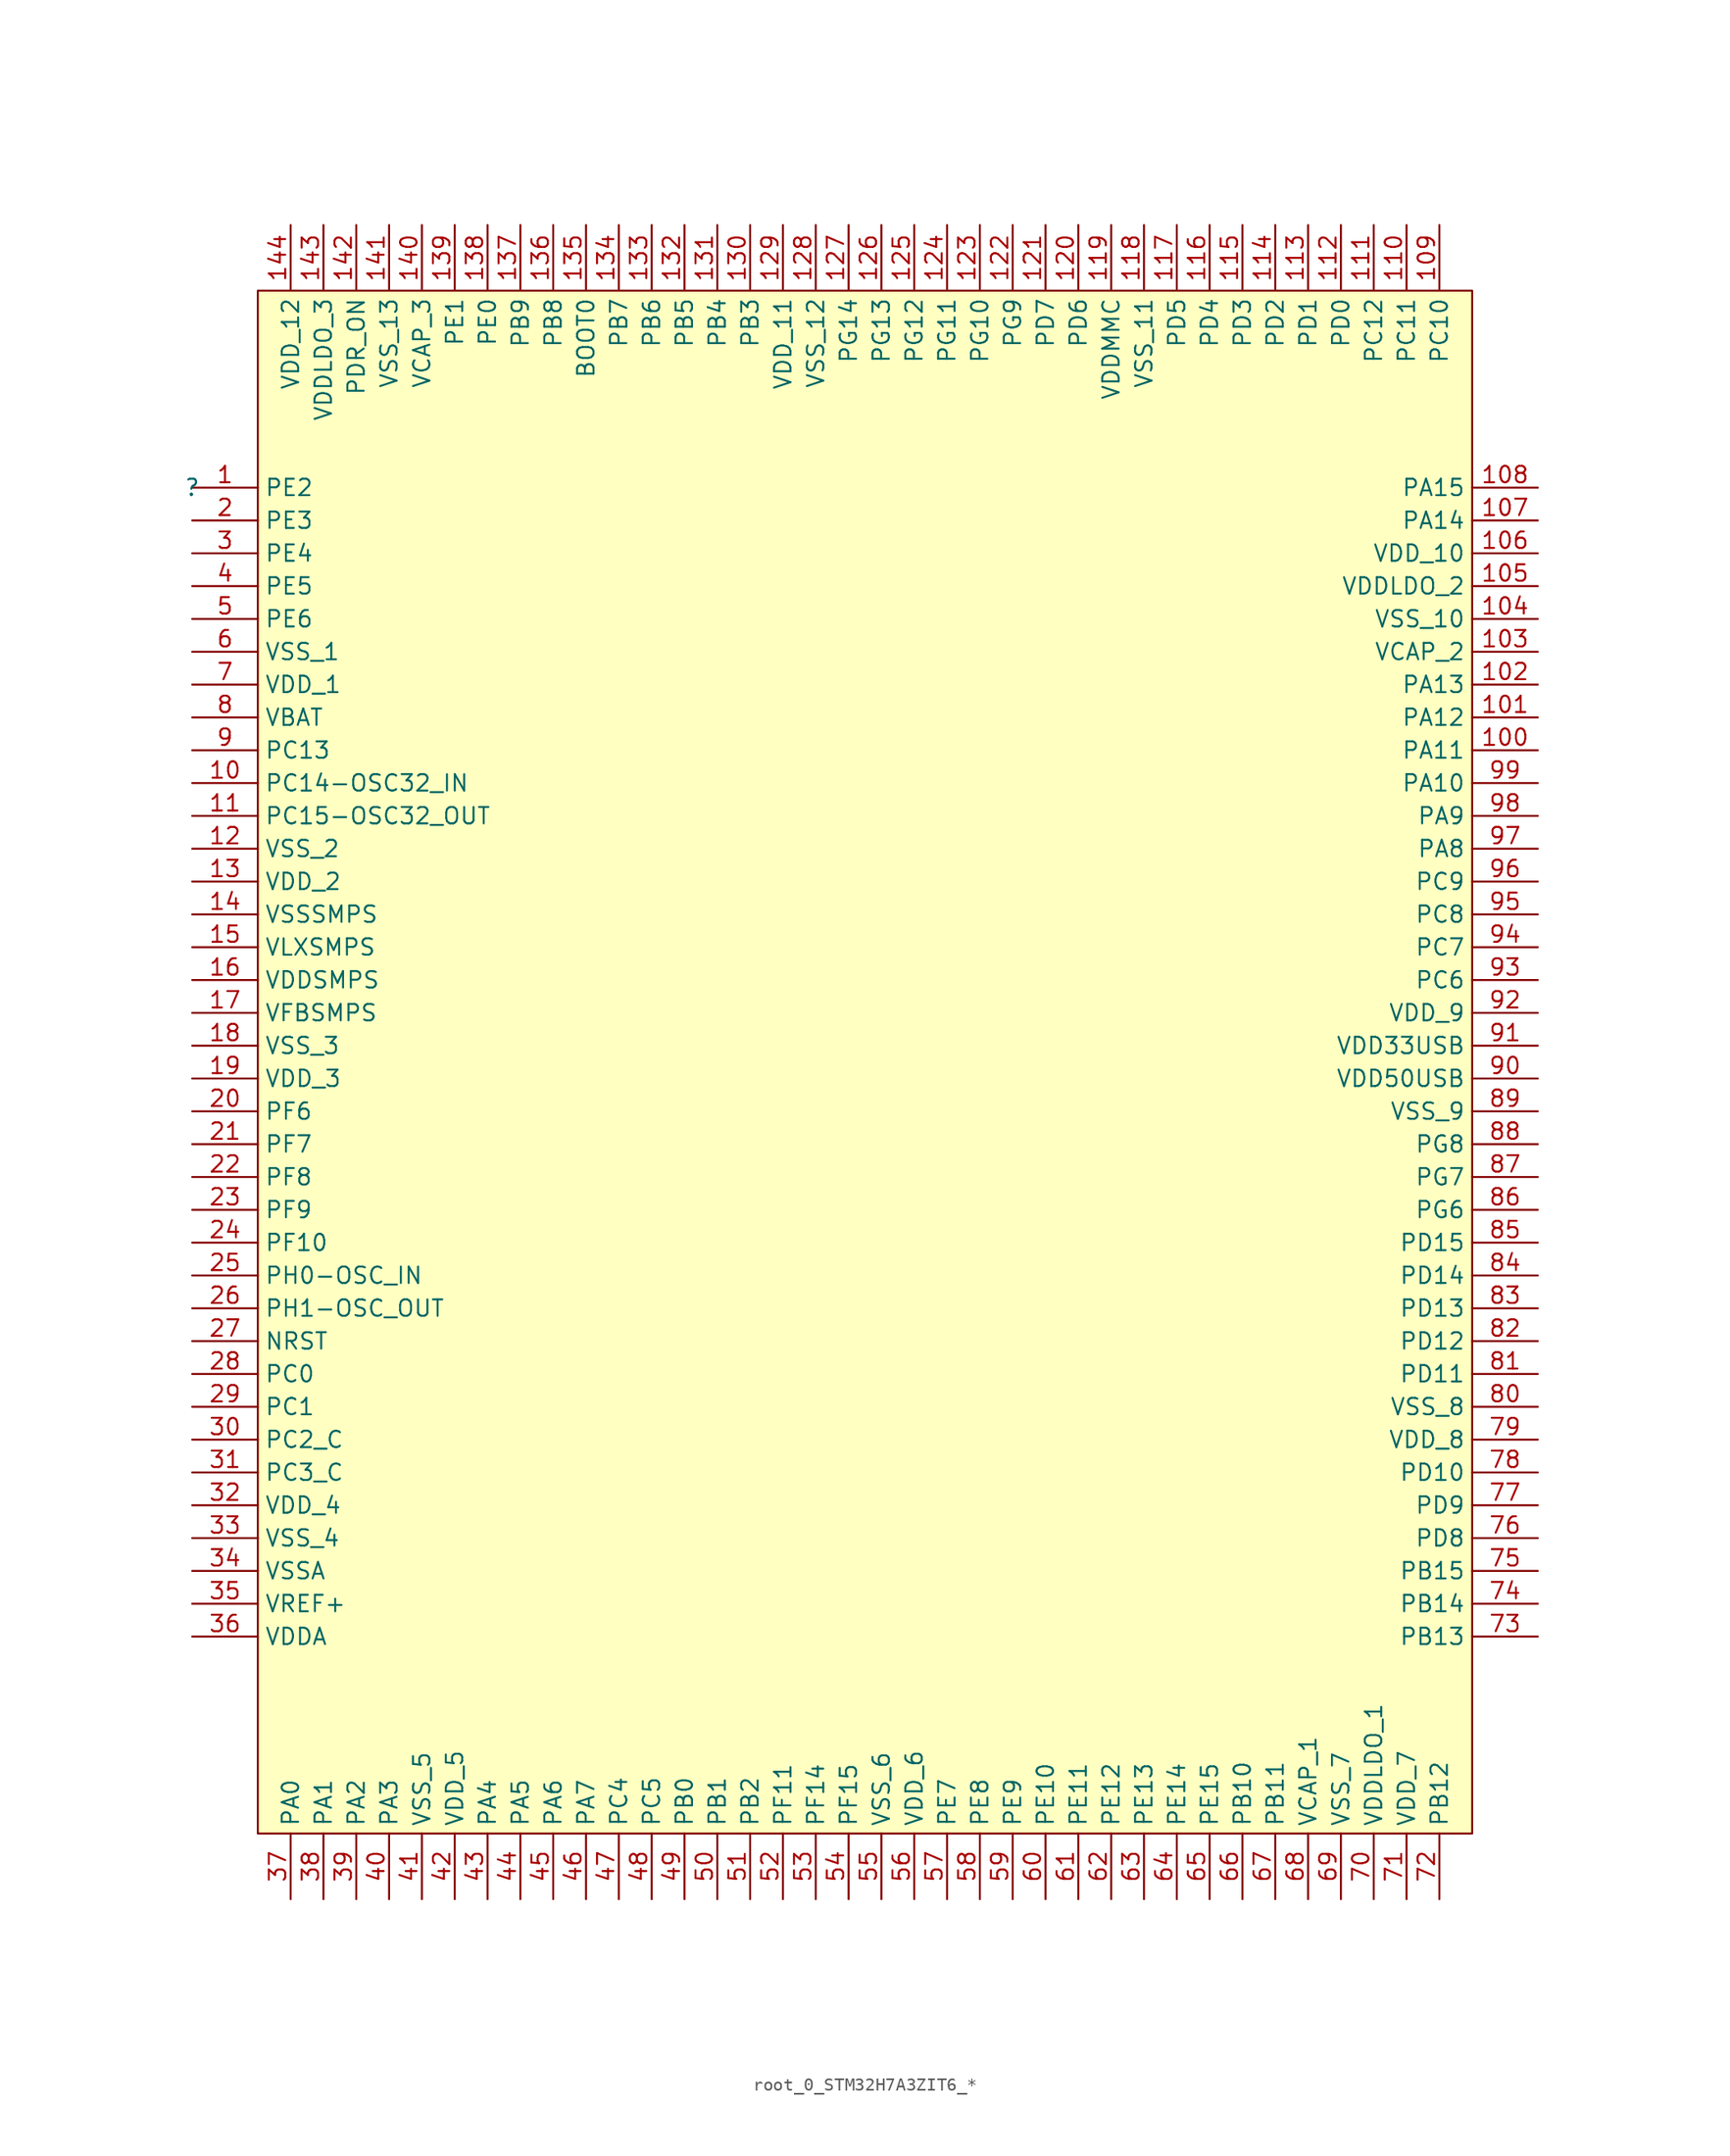
<source format=kicad_sym>
(kicad_symbol_lib
  (version 20241209)
  (generator "kicad_symbol_editor")
  (generator_version "9.0")
  (symbol "root_0_STM32H7A3ZIT6_*"
    (property "Reference" ""
      (at 0 0 0)
      (effects (font (size 1.27 1.27))))
    (property "Value" ""
      (at 0 0 0)
      (effects (font (size 1.27 1.27))))
    (symbol "root_0_STM32H7A3ZIT6_*_1_0"
      (rectangle (start 99.06 15.24) (end 5.08 -104.14) (stroke (width 0) (type solid) (color 128 0 0 1)) (fill (type background)))
      (pin passive line (at 0 0 0) (length 5.08) (name "PE2" (effects (font (size 1.27 1.27)))) (number "1" (effects (font (size 1.27 1.27)))))
      (pin passive line (at 0 -2.54 0) (length 5.08) (name "PE3" (effects (font (size 1.27 1.27)))) (number "2" (effects (font (size 1.27 1.27)))))
      (pin passive line (at 0 -5.08 0) (length 5.08) (name "PE4" (effects (font (size 1.27 1.27)))) (number "3" (effects (font (size 1.27 1.27)))))
      (pin passive line (at 0 -7.62 0) (length 5.08) (name "PE5" (effects (font (size 1.27 1.27)))) (number "4" (effects (font (size 1.27 1.27)))))
      (pin passive line (at 0 -10.16 0) (length 5.08) (name "PE6" (effects (font (size 1.27 1.27)))) (number "5" (effects (font (size 1.27 1.27)))))
      (pin passive line (at 0 -12.7 0) (length 5.08) (name "VSS_1" (effects (font (size 1.27 1.27)))) (number "6" (effects (font (size 1.27 1.27)))))
      (pin passive line (at 0 -15.24 0) (length 5.08) (name "VDD_1" (effects (font (size 1.27 1.27)))) (number "7" (effects (font (size 1.27 1.27)))))
      (pin passive line (at 0 -17.78 0) (length 5.08) (name "VBAT" (effects (font (size 1.27 1.27)))) (number "8" (effects (font (size 1.27 1.27)))))
      (pin passive line (at 0 -20.32 0) (length 5.08) (name "PC13" (effects (font (size 1.27 1.27)))) (number "9" (effects (font (size 1.27 1.27)))))
      (pin passive line (at 0 -22.86 0) (length 5.08) (name "PC14-OSC32_IN" (effects (font (size 1.27 1.27)))) (number "10" (effects (font (size 1.27 1.27)))))
      (pin passive line (at 0 -25.4 0) (length 5.08) (name "PC15-OSC32_OUT" (effects (font (size 1.27 1.27)))) (number "11" (effects (font (size 1.27 1.27)))))
      (pin passive line (at 0 -27.94 0) (length 5.08) (name "VSS_2" (effects (font (size 1.27 1.27)))) (number "12" (effects (font (size 1.27 1.27)))))
      (pin passive line (at 0 -30.48 0) (length 5.08) (name "VDD_2" (effects (font (size 1.27 1.27)))) (number "13" (effects (font (size 1.27 1.27)))))
      (pin passive line (at 0 -33.02 0) (length 5.08) (name "VSSSMPS" (effects (font (size 1.27 1.27)))) (number "14" (effects (font (size 1.27 1.27)))))
      (pin passive line (at 0 -35.56 0) (length 5.08) (name "VLXSMPS" (effects (font (size 1.27 1.27)))) (number "15" (effects (font (size 1.27 1.27)))))
      (pin passive line (at 0 -38.1 0) (length 5.08) (name "VDDSMPS" (effects (font (size 1.27 1.27)))) (number "16" (effects (font (size 1.27 1.27)))))
      (pin passive line (at 0 -40.64 0) (length 5.08) (name "VFBSMPS" (effects (font (size 1.27 1.27)))) (number "17" (effects (font (size 1.27 1.27)))))
      (pin passive line (at 0 -43.18 0) (length 5.08) (name "VSS_3" (effects (font (size 1.27 1.27)))) (number "18" (effects (font (size 1.27 1.27)))))
      (pin passive line (at 0 -45.72 0) (length 5.08) (name "VDD_3" (effects (font (size 1.27 1.27)))) (number "19" (effects (font (size 1.27 1.27)))))
      (pin passive line (at 0 -48.26 0) (length 5.08) (name "PF6" (effects (font (size 1.27 1.27)))) (number "20" (effects (font (size 1.27 1.27)))))
      (pin passive line (at 0 -50.8 0) (length 5.08) (name "PF7" (effects (font (size 1.27 1.27)))) (number "21" (effects (font (size 1.27 1.27)))))
      (pin passive line (at 0 -53.34 0) (length 5.08) (name "PF8" (effects (font (size 1.27 1.27)))) (number "22" (effects (font (size 1.27 1.27)))))
      (pin passive line (at 0 -55.88 0) (length 5.08) (name "PF9" (effects (font (size 1.27 1.27)))) (number "23" (effects (font (size 1.27 1.27)))))
      (pin passive line (at 0 -58.42 0) (length 5.08) (name "PF10" (effects (font (size 1.27 1.27)))) (number "24" (effects (font (size 1.27 1.27)))))
      (pin passive line (at 0 -60.96 0) (length 5.08) (name "PH0-OSC_IN" (effects (font (size 1.27 1.27)))) (number "25" (effects (font (size 1.27 1.27)))))
      (pin passive line (at 0 -63.5 0) (length 5.08) (name "PH1-OSC_OUT" (effects (font (size 1.27 1.27)))) (number "26" (effects (font (size 1.27 1.27)))))
      (pin passive line (at 0 -66.04 0) (length 5.08) (name "NRST" (effects (font (size 1.27 1.27)))) (number "27" (effects (font (size 1.27 1.27)))))
      (pin passive line (at 0 -68.58 0) (length 5.08) (name "PC0" (effects (font (size 1.27 1.27)))) (number "28" (effects (font (size 1.27 1.27)))))
      (pin passive line (at 0 -71.12 0) (length 5.08) (name "PC1" (effects (font (size 1.27 1.27)))) (number "29" (effects (font (size 1.27 1.27)))))
      (pin passive line (at 0 -73.66 0) (length 5.08) (name "PC2_C" (effects (font (size 1.27 1.27)))) (number "30" (effects (font (size 1.27 1.27)))))
      (pin passive line (at 0 -76.2 0) (length 5.08) (name "PC3_C" (effects (font (size 1.27 1.27)))) (number "31" (effects (font (size 1.27 1.27)))))
      (pin passive line (at 0 -78.74 0) (length 5.08) (name "VDD_4" (effects (font (size 1.27 1.27)))) (number "32" (effects (font (size 1.27 1.27)))))
      (pin passive line (at 0 -81.28 0) (length 5.08) (name "VSS_4" (effects (font (size 1.27 1.27)))) (number "33" (effects (font (size 1.27 1.27)))))
      (pin passive line (at 0 -83.82 0) (length 5.08) (name "VSSA" (effects (font (size 1.27 1.27)))) (number "34" (effects (font (size 1.27 1.27)))))
      (pin passive line (at 0 -86.36 0) (length 5.08) (name "VREF+" (effects (font (size 1.27 1.27)))) (number "35" (effects (font (size 1.27 1.27)))))
      (pin passive line (at 0 -88.9 0) (length 5.08) (name "VDDA" (effects (font (size 1.27 1.27)))) (number "36" (effects (font (size 1.27 1.27)))))
      (pin passive line (at 7.62 20.32 270) (length 5.08) (name "VDD_12" (effects (font (size 1.27 1.27)))) (number "144" (effects (font (size 1.27 1.27)))))
      (pin passive line (at 7.62 -109.22 90) (length 5.08) (name "PA0" (effects (font (size 1.27 1.27)))) (number "37" (effects (font (size 1.27 1.27)))))
      (pin passive line (at 10.16 20.32 270) (length 5.08) (name "VDDLDO_3" (effects (font (size 1.27 1.27)))) (number "143" (effects (font (size 1.27 1.27)))))
      (pin passive line (at 10.16 -109.22 90) (length 5.08) (name "PA1" (effects (font (size 1.27 1.27)))) (number "38" (effects (font (size 1.27 1.27)))))
      (pin passive line (at 12.7 20.32 270) (length 5.08) (name "PDR_ON" (effects (font (size 1.27 1.27)))) (number "142" (effects (font (size 1.27 1.27)))))
      (pin passive line (at 12.7 -109.22 90) (length 5.08) (name "PA2" (effects (font (size 1.27 1.27)))) (number "39" (effects (font (size 1.27 1.27)))))
      (pin passive line (at 15.24 20.32 270) (length 5.08) (name "VSS_13" (effects (font (size 1.27 1.27)))) (number "141" (effects (font (size 1.27 1.27)))))
      (pin passive line (at 15.24 -109.22 90) (length 5.08) (name "PA3" (effects (font (size 1.27 1.27)))) (number "40" (effects (font (size 1.27 1.27)))))
      (pin passive line (at 17.78 20.32 270) (length 5.08) (name "VCAP_3" (effects (font (size 1.27 1.27)))) (number "140" (effects (font (size 1.27 1.27)))))
      (pin passive line (at 17.78 -109.22 90) (length 5.08) (name "VSS_5" (effects (font (size 1.27 1.27)))) (number "41" (effects (font (size 1.27 1.27)))))
      (pin passive line (at 20.32 20.32 270) (length 5.08) (name "PE1" (effects (font (size 1.27 1.27)))) (number "139" (effects (font (size 1.27 1.27)))))
      (pin passive line (at 20.32 -109.22 90) (length 5.08) (name "VDD_5" (effects (font (size 1.27 1.27)))) (number "42" (effects (font (size 1.27 1.27)))))
      (pin passive line (at 22.86 20.32 270) (length 5.08) (name "PE0" (effects (font (size 1.27 1.27)))) (number "138" (effects (font (size 1.27 1.27)))))
      (pin passive line (at 22.86 -109.22 90) (length 5.08) (name "PA4" (effects (font (size 1.27 1.27)))) (number "43" (effects (font (size 1.27 1.27)))))
      (pin passive line (at 25.4 20.32 270) (length 5.08) (name "PB9" (effects (font (size 1.27 1.27)))) (number "137" (effects (font (size 1.27 1.27)))))
      (pin passive line (at 25.4 -109.22 90) (length 5.08) (name "PA5" (effects (font (size 1.27 1.27)))) (number "44" (effects (font (size 1.27 1.27)))))
      (pin passive line (at 27.94 20.32 270) (length 5.08) (name "PB8" (effects (font (size 1.27 1.27)))) (number "136" (effects (font (size 1.27 1.27)))))
      (pin passive line (at 27.94 -109.22 90) (length 5.08) (name "PA6" (effects (font (size 1.27 1.27)))) (number "45" (effects (font (size 1.27 1.27)))))
      (pin passive line (at 30.48 20.32 270) (length 5.08) (name "BOOT0" (effects (font (size 1.27 1.27)))) (number "135" (effects (font (size 1.27 1.27)))))
      (pin passive line (at 30.48 -109.22 90) (length 5.08) (name "PA7" (effects (font (size 1.27 1.27)))) (number "46" (effects (font (size 1.27 1.27)))))
      (pin passive line (at 33.02 20.32 270) (length 5.08) (name "PB7" (effects (font (size 1.27 1.27)))) (number "134" (effects (font (size 1.27 1.27)))))
      (pin passive line (at 33.02 -109.22 90) (length 5.08) (name "PC4" (effects (font (size 1.27 1.27)))) (number "47" (effects (font (size 1.27 1.27)))))
      (pin passive line (at 35.56 20.32 270) (length 5.08) (name "PB6" (effects (font (size 1.27 1.27)))) (number "133" (effects (font (size 1.27 1.27)))))
      (pin passive line (at 35.56 -109.22 90) (length 5.08) (name "PC5" (effects (font (size 1.27 1.27)))) (number "48" (effects (font (size 1.27 1.27)))))
      (pin passive line (at 38.1 20.32 270) (length 5.08) (name "PB5" (effects (font (size 1.27 1.27)))) (number "132" (effects (font (size 1.27 1.27)))))
      (pin passive line (at 38.1 -109.22 90) (length 5.08) (name "PB0" (effects (font (size 1.27 1.27)))) (number "49" (effects (font (size 1.27 1.27)))))
      (pin passive line (at 40.64 20.32 270) (length 5.08) (name "PB4" (effects (font (size 1.27 1.27)))) (number "131" (effects (font (size 1.27 1.27)))))
      (pin passive line (at 40.64 -109.22 90) (length 5.08) (name "PB1" (effects (font (size 1.27 1.27)))) (number "50" (effects (font (size 1.27 1.27)))))
      (pin passive line (at 43.18 20.32 270) (length 5.08) (name "PB3" (effects (font (size 1.27 1.27)))) (number "130" (effects (font (size 1.27 1.27)))))
      (pin passive line (at 43.18 -109.22 90) (length 5.08) (name "PB2" (effects (font (size 1.27 1.27)))) (number "51" (effects (font (size 1.27 1.27)))))
      (pin passive line (at 45.72 20.32 270) (length 5.08) (name "VDD_11" (effects (font (size 1.27 1.27)))) (number "129" (effects (font (size 1.27 1.27)))))
      (pin passive line (at 45.72 -109.22 90) (length 5.08) (name "PF11" (effects (font (size 1.27 1.27)))) (number "52" (effects (font (size 1.27 1.27)))))
      (pin passive line (at 48.26 20.32 270) (length 5.08) (name "VSS_12" (effects (font (size 1.27 1.27)))) (number "128" (effects (font (size 1.27 1.27)))))
      (pin passive line (at 48.26 -109.22 90) (length 5.08) (name "PF14" (effects (font (size 1.27 1.27)))) (number "53" (effects (font (size 1.27 1.27)))))
      (pin passive line (at 50.8 20.32 270) (length 5.08) (name "PG14" (effects (font (size 1.27 1.27)))) (number "127" (effects (font (size 1.27 1.27)))))
      (pin passive line (at 50.8 -109.22 90) (length 5.08) (name "PF15" (effects (font (size 1.27 1.27)))) (number "54" (effects (font (size 1.27 1.27)))))
      (pin passive line (at 53.34 20.32 270) (length 5.08) (name "PG13" (effects (font (size 1.27 1.27)))) (number "126" (effects (font (size 1.27 1.27)))))
      (pin passive line (at 53.34 -109.22 90) (length 5.08) (name "VSS_6" (effects (font (size 1.27 1.27)))) (number "55" (effects (font (size 1.27 1.27)))))
      (pin passive line (at 55.88 20.32 270) (length 5.08) (name "PG12" (effects (font (size 1.27 1.27)))) (number "125" (effects (font (size 1.27 1.27)))))
      (pin passive line (at 55.88 -109.22 90) (length 5.08) (name "VDD_6" (effects (font (size 1.27 1.27)))) (number "56" (effects (font (size 1.27 1.27)))))
      (pin passive line (at 58.42 20.32 270) (length 5.08) (name "PG11" (effects (font (size 1.27 1.27)))) (number "124" (effects (font (size 1.27 1.27)))))
      (pin passive line (at 58.42 -109.22 90) (length 5.08) (name "PE7" (effects (font (size 1.27 1.27)))) (number "57" (effects (font (size 1.27 1.27)))))
      (pin passive line (at 60.96 20.32 270) (length 5.08) (name "PG10" (effects (font (size 1.27 1.27)))) (number "123" (effects (font (size 1.27 1.27)))))
      (pin passive line (at 60.96 -109.22 90) (length 5.08) (name "PE8" (effects (font (size 1.27 1.27)))) (number "58" (effects (font (size 1.27 1.27)))))
      (pin passive line (at 63.5 20.32 270) (length 5.08) (name "PG9" (effects (font (size 1.27 1.27)))) (number "122" (effects (font (size 1.27 1.27)))))
      (pin passive line (at 63.5 -109.22 90) (length 5.08) (name "PE9" (effects (font (size 1.27 1.27)))) (number "59" (effects (font (size 1.27 1.27)))))
      (pin passive line (at 66.04 20.32 270) (length 5.08) (name "PD7" (effects (font (size 1.27 1.27)))) (number "121" (effects (font (size 1.27 1.27)))))
      (pin passive line (at 66.04 -109.22 90) (length 5.08) (name "PE10" (effects (font (size 1.27 1.27)))) (number "60" (effects (font (size 1.27 1.27)))))
      (pin passive line (at 68.58 20.32 270) (length 5.08) (name "PD6" (effects (font (size 1.27 1.27)))) (number "120" (effects (font (size 1.27 1.27)))))
      (pin passive line (at 68.58 -109.22 90) (length 5.08) (name "PE11" (effects (font (size 1.27 1.27)))) (number "61" (effects (font (size 1.27 1.27)))))
      (pin passive line (at 71.12 20.32 270) (length 5.08) (name "VDDMMC" (effects (font (size 1.27 1.27)))) (number "119" (effects (font (size 1.27 1.27)))))
      (pin passive line (at 71.12 -109.22 90) (length 5.08) (name "PE12" (effects (font (size 1.27 1.27)))) (number "62" (effects (font (size 1.27 1.27)))))
      (pin passive line (at 73.66 20.32 270) (length 5.08) (name "VSS_11" (effects (font (size 1.27 1.27)))) (number "118" (effects (font (size 1.27 1.27)))))
      (pin passive line (at 73.66 -109.22 90) (length 5.08) (name "PE13" (effects (font (size 1.27 1.27)))) (number "63" (effects (font (size 1.27 1.27)))))
      (pin passive line (at 76.2 20.32 270) (length 5.08) (name "PD5" (effects (font (size 1.27 1.27)))) (number "117" (effects (font (size 1.27 1.27)))))
      (pin passive line (at 76.2 -109.22 90) (length 5.08) (name "PE14" (effects (font (size 1.27 1.27)))) (number "64" (effects (font (size 1.27 1.27)))))
      (pin passive line (at 78.74 20.32 270) (length 5.08) (name "PD4" (effects (font (size 1.27 1.27)))) (number "116" (effects (font (size 1.27 1.27)))))
      (pin passive line (at 78.74 -109.22 90) (length 5.08) (name "PE15" (effects (font (size 1.27 1.27)))) (number "65" (effects (font (size 1.27 1.27)))))
      (pin passive line (at 81.28 20.32 270) (length 5.08) (name "PD3" (effects (font (size 1.27 1.27)))) (number "115" (effects (font (size 1.27 1.27)))))
      (pin passive line (at 81.28 -109.22 90) (length 5.08) (name "PB10" (effects (font (size 1.27 1.27)))) (number "66" (effects (font (size 1.27 1.27)))))
      (pin passive line (at 83.82 20.32 270) (length 5.08) (name "PD2" (effects (font (size 1.27 1.27)))) (number "114" (effects (font (size 1.27 1.27)))))
      (pin passive line (at 83.82 -109.22 90) (length 5.08) (name "PB11" (effects (font (size 1.27 1.27)))) (number "67" (effects (font (size 1.27 1.27)))))
      (pin passive line (at 86.36 20.32 270) (length 5.08) (name "PD1" (effects (font (size 1.27 1.27)))) (number "113" (effects (font (size 1.27 1.27)))))
      (pin passive line (at 86.36 -109.22 90) (length 5.08) (name "VCAP_1" (effects (font (size 1.27 1.27)))) (number "68" (effects (font (size 1.27 1.27)))))
      (pin passive line (at 88.9 20.32 270) (length 5.08) (name "PD0" (effects (font (size 1.27 1.27)))) (number "112" (effects (font (size 1.27 1.27)))))
      (pin passive line (at 88.9 -109.22 90) (length 5.08) (name "VSS_7" (effects (font (size 1.27 1.27)))) (number "69" (effects (font (size 1.27 1.27)))))
      (pin passive line (at 91.44 20.32 270) (length 5.08) (name "PC12" (effects (font (size 1.27 1.27)))) (number "111" (effects (font (size 1.27 1.27)))))
      (pin passive line (at 91.44 -109.22 90) (length 5.08) (name "VDDLDO_1" (effects (font (size 1.27 1.27)))) (number "70" (effects (font (size 1.27 1.27)))))
      (pin passive line (at 93.98 20.32 270) (length 5.08) (name "PC11" (effects (font (size 1.27 1.27)))) (number "110" (effects (font (size 1.27 1.27)))))
      (pin passive line (at 93.98 -109.22 90) (length 5.08) (name "VDD_7" (effects (font (size 1.27 1.27)))) (number "71" (effects (font (size 1.27 1.27)))))
      (pin passive line (at 96.52 20.32 270) (length 5.08) (name "PC10" (effects (font (size 1.27 1.27)))) (number "109" (effects (font (size 1.27 1.27)))))
      (pin passive line (at 96.52 -109.22 90) (length 5.08) (name "PB12" (effects (font (size 1.27 1.27)))) (number "72" (effects (font (size 1.27 1.27)))))
      (pin passive line (at 104.14 0 180) (length 5.08) (name "PA15" (effects (font (size 1.27 1.27)))) (number "108" (effects (font (size 1.27 1.27)))))
      (pin passive line (at 104.14 -2.54 180) (length 5.08) (name "PA14" (effects (font (size 1.27 1.27)))) (number "107" (effects (font (size 1.27 1.27)))))
      (pin passive line (at 104.14 -5.08 180) (length 5.08) (name "VDD_10" (effects (font (size 1.27 1.27)))) (number "106" (effects (font (size 1.27 1.27)))))
      (pin passive line (at 104.14 -7.62 180) (length 5.08) (name "VDDLDO_2" (effects (font (size 1.27 1.27)))) (number "105" (effects (font (size 1.27 1.27)))))
      (pin passive line (at 104.14 -10.16 180) (length 5.08) (name "VSS_10" (effects (font (size 1.27 1.27)))) (number "104" (effects (font (size 1.27 1.27)))))
      (pin passive line (at 104.14 -12.7 180) (length 5.08) (name "VCAP_2" (effects (font (size 1.27 1.27)))) (number "103" (effects (font (size 1.27 1.27)))))
      (pin passive line (at 104.14 -15.24 180) (length 5.08) (name "PA13" (effects (font (size 1.27 1.27)))) (number "102" (effects (font (size 1.27 1.27)))))
      (pin passive line (at 104.14 -17.78 180) (length 5.08) (name "PA12" (effects (font (size 1.27 1.27)))) (number "101" (effects (font (size 1.27 1.27)))))
      (pin passive line (at 104.14 -20.32 180) (length 5.08) (name "PA11" (effects (font (size 1.27 1.27)))) (number "100" (effects (font (size 1.27 1.27)))))
      (pin passive line (at 104.14 -22.86 180) (length 5.08) (name "PA10" (effects (font (size 1.27 1.27)))) (number "99" (effects (font (size 1.27 1.27)))))
      (pin passive line (at 104.14 -25.4 180) (length 5.08) (name "PA9" (effects (font (size 1.27 1.27)))) (number "98" (effects (font (size 1.27 1.27)))))
      (pin passive line (at 104.14 -27.94 180) (length 5.08) (name "PA8" (effects (font (size 1.27 1.27)))) (number "97" (effects (font (size 1.27 1.27)))))
      (pin passive line (at 104.14 -30.48 180) (length 5.08) (name "PC9" (effects (font (size 1.27 1.27)))) (number "96" (effects (font (size 1.27 1.27)))))
      (pin passive line (at 104.14 -33.02 180) (length 5.08) (name "PC8" (effects (font (size 1.27 1.27)))) (number "95" (effects (font (size 1.27 1.27)))))
      (pin passive line (at 104.14 -35.56 180) (length 5.08) (name "PC7" (effects (font (size 1.27 1.27)))) (number "94" (effects (font (size 1.27 1.27)))))
      (pin passive line (at 104.14 -38.1 180) (length 5.08) (name "PC6" (effects (font (size 1.27 1.27)))) (number "93" (effects (font (size 1.27 1.27)))))
      (pin passive line (at 104.14 -40.64 180) (length 5.08) (name "VDD_9" (effects (font (size 1.27 1.27)))) (number "92" (effects (font (size 1.27 1.27)))))
      (pin passive line (at 104.14 -43.18 180) (length 5.08) (name "VDD33USB" (effects (font (size 1.27 1.27)))) (number "91" (effects (font (size 1.27 1.27)))))
      (pin passive line (at 104.14 -45.72 180) (length 5.08) (name "VDD50USB" (effects (font (size 1.27 1.27)))) (number "90" (effects (font (size 1.27 1.27)))))
      (pin passive line (at 104.14 -48.26 180) (length 5.08) (name "VSS_9" (effects (font (size 1.27 1.27)))) (number "89" (effects (font (size 1.27 1.27)))))
      (pin passive line (at 104.14 -50.8 180) (length 5.08) (name "PG8" (effects (font (size 1.27 1.27)))) (number "88" (effects (font (size 1.27 1.27)))))
      (pin passive line (at 104.14 -53.34 180) (length 5.08) (name "PG7" (effects (font (size 1.27 1.27)))) (number "87" (effects (font (size 1.27 1.27)))))
      (pin passive line (at 104.14 -55.88 180) (length 5.08) (name "PG6" (effects (font (size 1.27 1.27)))) (number "86" (effects (font (size 1.27 1.27)))))
      (pin passive line (at 104.14 -58.42 180) (length 5.08) (name "PD15" (effects (font (size 1.27 1.27)))) (number "85" (effects (font (size 1.27 1.27)))))
      (pin passive line (at 104.14 -60.96 180) (length 5.08) (name "PD14" (effects (font (size 1.27 1.27)))) (number "84" (effects (font (size 1.27 1.27)))))
      (pin passive line (at 104.14 -63.5 180) (length 5.08) (name "PD13" (effects (font (size 1.27 1.27)))) (number "83" (effects (font (size 1.27 1.27)))))
      (pin passive line (at 104.14 -66.04 180) (length 5.08) (name "PD12" (effects (font (size 1.27 1.27)))) (number "82" (effects (font (size 1.27 1.27)))))
      (pin passive line (at 104.14 -68.58 180) (length 5.08) (name "PD11" (effects (font (size 1.27 1.27)))) (number "81" (effects (font (size 1.27 1.27)))))
      (pin passive line (at 104.14 -71.12 180) (length 5.08) (name "VSS_8" (effects (font (size 1.27 1.27)))) (number "80" (effects (font (size 1.27 1.27)))))
      (pin passive line (at 104.14 -73.66 180) (length 5.08) (name "VDD_8" (effects (font (size 1.27 1.27)))) (number "79" (effects (font (size 1.27 1.27)))))
      (pin passive line (at 104.14 -76.2 180) (length 5.08) (name "PD10" (effects (font (size 1.27 1.27)))) (number "78" (effects (font (size 1.27 1.27)))))
      (pin passive line (at 104.14 -78.74 180) (length 5.08) (name "PD9" (effects (font (size 1.27 1.27)))) (number "77" (effects (font (size 1.27 1.27)))))
      (pin passive line (at 104.14 -81.28 180) (length 5.08) (name "PD8" (effects (font (size 1.27 1.27)))) (number "76" (effects (font (size 1.27 1.27)))))
      (pin passive line (at 104.14 -83.82 180) (length 5.08) (name "PB15" (effects (font (size 1.27 1.27)))) (number "75" (effects (font (size 1.27 1.27)))))
      (pin passive line (at 104.14 -86.36 180) (length 5.08) (name "PB14" (effects (font (size 1.27 1.27)))) (number "74" (effects (font (size 1.27 1.27)))))
      (pin passive line (at 104.14 -88.9 180) (length 5.08) (name "PB13" (effects (font (size 1.27 1.27)))) (number "73" (effects (font (size 1.27 1.27))))))))
</source>
